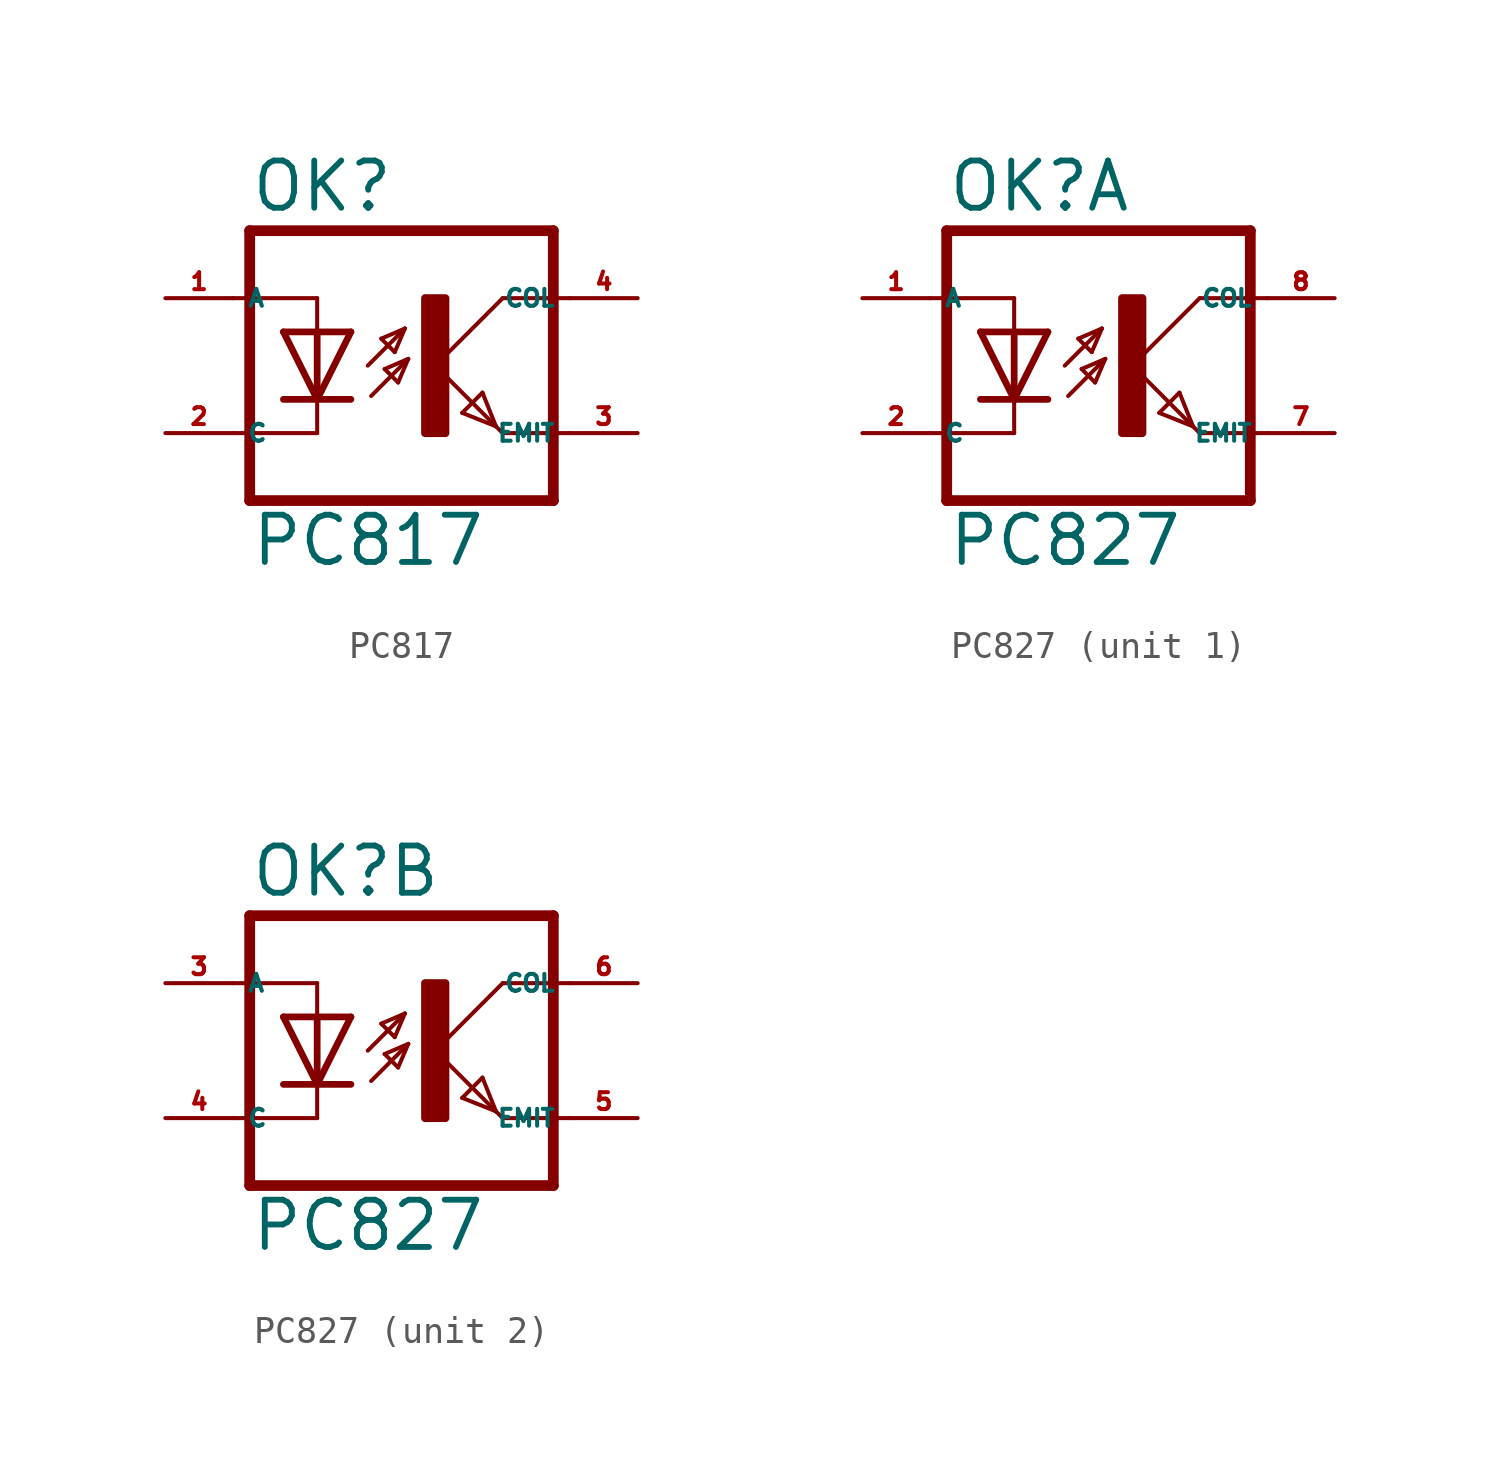
<source format=kicad_sym>
(kicad_symbol_lib
  (version 20220914)
  (generator kicad_symbol_editor)
  (symbol "PC817"
    (property "Reference" "OK"
      (at -6.985 5.715 0)
      (effects (font (size 1.778 1.778) (thickness 0.22)) (justify left bottom)))
    (property "Value" "PC817"
      (at -6.985 -7.62 0)
      (effects (font (size 1.778 1.778) (thickness 0.22)) (justify left bottom)))
    (symbol "PC817_1_1"
      (rectangle (start -0.381 -2.54) (end 0.381 2.54) (stroke (width 0.3) (type default)) (fill (type outline)))
      (polyline (pts (xy -6.985 -5.08) (xy 4.445 -5.08)) (stroke (width 0.406) (type default)) (fill (type none)))
      (polyline (pts (xy -6.985 5.08) (xy -6.985 -5.08)) (stroke (width 0.406) (type default)) (fill (type none)))
      (polyline (pts (xy -6.985 5.08) (xy 4.445 5.08)) (stroke (width 0.406) (type default)) (fill (type none)))
      (polyline (pts (xy -4.445 -2.54) (xy -7.62 -2.54)) (stroke (width 0.152) (type default)) (fill (type none)))
      (polyline (pts (xy -4.445 -1.27) (xy -5.715 -1.27)) (stroke (width 0.254) (type default)) (fill (type none)))
      (polyline (pts (xy -4.445 -1.27) (xy -5.715 1.27)) (stroke (width 0.254) (type default)) (fill (type none)))
      (polyline (pts (xy -4.445 -1.27) (xy -4.445 -2.54)) (stroke (width 0.152) (type default)) (fill (type none)))
      (polyline (pts (xy -4.445 1.27) (xy -5.715 1.27)) (stroke (width 0.254) (type default)) (fill (type none)))
      (polyline (pts (xy -4.445 1.27) (xy -4.445 -1.27)) (stroke (width 0.254) (type default)) (fill (type none)))
      (polyline (pts (xy -4.445 2.54) (xy -7.62 2.54)) (stroke (width 0.152) (type default)) (fill (type none)))
      (polyline (pts (xy -4.445 2.54) (xy -4.445 1.27)) (stroke (width 0.152) (type default)) (fill (type none)))
      (polyline (pts (xy -3.175 -1.27) (xy -4.445 -1.27)) (stroke (width 0.254) (type default)) (fill (type none)))
      (polyline (pts (xy -3.175 1.27) (xy -4.445 -1.27)) (stroke (width 0.254) (type default)) (fill (type none)))
      (polyline (pts (xy -3.175 1.27) (xy -4.445 1.27)) (stroke (width 0.254) (type default)) (fill (type none)))
      (polyline (pts (xy -2.54 0) (xy -1.143 1.397)) (stroke (width 0.152) (type default)) (fill (type none)))
      (polyline (pts (xy -2.413 -1.143) (xy -1.016 0.254)) (stroke (width 0.152) (type default)) (fill (type none)))
      (polyline (pts (xy -2.032 1.016) (xy -1.524 0.508)) (stroke (width 0.152) (type default)) (fill (type none)))
      (polyline (pts (xy -1.905 -0.127) (xy -1.397 -0.635)) (stroke (width 0.152) (type default)) (fill (type none)))
      (polyline (pts (xy -1.524 0.508) (xy -1.143 1.397)) (stroke (width 0.152) (type default)) (fill (type none)))
      (polyline (pts (xy -1.397 -0.635) (xy -1.016 0.254)) (stroke (width 0.152) (type default)) (fill (type none)))
      (polyline (pts (xy -1.143 1.397) (xy -2.032 1.016)) (stroke (width 0.152) (type default)) (fill (type none)))
      (polyline (pts (xy -1.016 0.254) (xy -1.905 -0.127)) (stroke (width 0.152) (type default)) (fill (type none)))
      (polyline (pts (xy 0 0) (xy 2.286 -2.286)) (stroke (width 0.152) (type default)) (fill (type none)))
      (polyline (pts (xy 1.016 -1.778) (xy 1.778 -1.016)) (stroke (width 0.152) (type default)) (fill (type none)))
      (polyline (pts (xy 1.778 -1.016) (xy 2.286 -2.286)) (stroke (width 0.152) (type default)) (fill (type none)))
      (polyline (pts (xy 2.286 -2.286) (xy 1.016 -1.778)) (stroke (width 0.152) (type default)) (fill (type none)))
      (polyline (pts (xy 2.286 -2.286) (xy 2.54 -2.54)) (stroke (width 0.152) (type default)) (fill (type none)))
      (polyline (pts (xy 2.54 -2.54) (xy 5.08 -2.54)) (stroke (width 0.152) (type default)) (fill (type none)))
      (polyline (pts (xy 2.54 2.54) (xy 0 0)) (stroke (width 0.152) (type default)) (fill (type none)))
      (polyline (pts (xy 2.54 2.54) (xy 5.08 2.54)) (stroke (width 0.152) (type default)) (fill (type none)))
      (polyline (pts (xy 4.445 5.08) (xy 4.445 -5.08)) (stroke (width 0.406) (type default)) (fill (type none)))
      (pin passive line (at -10.16 2.54 0) (length 2.54) (name "A" (effects (font (size 0.635 0.635)))) (number "1" (effects (font (size 0.635 0.635)))))
      (pin passive line (at -10.16 -2.54 0) (length 2.54) (name "C" (effects (font (size 0.635 0.635)))) (number "2" (effects (font (size 0.635 0.635)))))
      (pin passive line (at 7.62 -2.54 180) (length 2.54) (name "EMIT" (effects (font (size 0.635 0.635)))) (number "3" (effects (font (size 0.635 0.635)))))
      (pin passive line (at 7.62 2.54 180) (length 2.54) (name "COL" (effects (font (size 0.635 0.635)))) (number "4" (effects (font (size 0.635 0.635)))))))
  (symbol "PC827"
    (property "Reference" "OK"
      (at -6.985 5.715 0)
      (effects (font (size 1.778 1.778) (thickness 0.22)) (justify left bottom)))
    (property "Value" "PC827"
      (at -6.985 -7.62 0)
      (effects (font (size 1.778 1.778) (thickness 0.22)) (justify left bottom)))
    (symbol "PC827_1_0"
      (rectangle (start -0.381 -2.54) (end 0.381 2.54) (stroke (width 0.3) (type default)) (fill (type outline)))
      (polyline (pts (xy -6.985 -5.08) (xy 4.445 -5.08)) (stroke (width 0.406) (type default)) (fill (type none)))
      (polyline (pts (xy -6.985 5.08) (xy -6.985 -5.08)) (stroke (width 0.406) (type default)) (fill (type none)))
      (polyline (pts (xy -6.985 5.08) (xy 4.445 5.08)) (stroke (width 0.406) (type default)) (fill (type none)))
      (polyline (pts (xy -4.445 -2.54) (xy -7.62 -2.54)) (stroke (width 0.152) (type default)) (fill (type none)))
      (polyline (pts (xy -4.445 -1.27) (xy -5.715 -1.27)) (stroke (width 0.254) (type default)) (fill (type none)))
      (polyline (pts (xy -4.445 -1.27) (xy -5.715 1.27)) (stroke (width 0.254) (type default)) (fill (type none)))
      (polyline (pts (xy -4.445 -1.27) (xy -4.445 -2.54)) (stroke (width 0.152) (type default)) (fill (type none)))
      (polyline (pts (xy -4.445 1.27) (xy -5.715 1.27)) (stroke (width 0.254) (type default)) (fill (type none)))
      (polyline (pts (xy -4.445 1.27) (xy -4.445 -1.27)) (stroke (width 0.254) (type default)) (fill (type none)))
      (polyline (pts (xy -4.445 2.54) (xy -7.62 2.54)) (stroke (width 0.152) (type default)) (fill (type none)))
      (polyline (pts (xy -4.445 2.54) (xy -4.445 1.27)) (stroke (width 0.152) (type default)) (fill (type none)))
      (polyline (pts (xy -3.175 -1.27) (xy -4.445 -1.27)) (stroke (width 0.254) (type default)) (fill (type none)))
      (polyline (pts (xy -3.175 1.27) (xy -4.445 -1.27)) (stroke (width 0.254) (type default)) (fill (type none)))
      (polyline (pts (xy -3.175 1.27) (xy -4.445 1.27)) (stroke (width 0.254) (type default)) (fill (type none)))
      (polyline (pts (xy -2.54 0) (xy -1.143 1.397)) (stroke (width 0.152) (type default)) (fill (type none)))
      (polyline (pts (xy -2.413 -1.143) (xy -1.016 0.254)) (stroke (width 0.152) (type default)) (fill (type none)))
      (polyline (pts (xy -2.032 1.016) (xy -1.524 0.508)) (stroke (width 0.152) (type default)) (fill (type none)))
      (polyline (pts (xy -1.905 -0.127) (xy -1.397 -0.635)) (stroke (width 0.152) (type default)) (fill (type none)))
      (polyline (pts (xy -1.524 0.508) (xy -1.143 1.397)) (stroke (width 0.152) (type default)) (fill (type none)))
      (polyline (pts (xy -1.397 -0.635) (xy -1.016 0.254)) (stroke (width 0.152) (type default)) (fill (type none)))
      (polyline (pts (xy -1.143 1.397) (xy -2.032 1.016)) (stroke (width 0.152) (type default)) (fill (type none)))
      (polyline (pts (xy -1.016 0.254) (xy -1.905 -0.127)) (stroke (width 0.152) (type default)) (fill (type none)))
      (polyline (pts (xy 0 0) (xy 2.286 -2.286)) (stroke (width 0.152) (type default)) (fill (type none)))
      (polyline (pts (xy 1.016 -1.778) (xy 1.778 -1.016)) (stroke (width 0.152) (type default)) (fill (type none)))
      (polyline (pts (xy 1.778 -1.016) (xy 2.286 -2.286)) (stroke (width 0.152) (type default)) (fill (type none)))
      (polyline (pts (xy 2.286 -2.286) (xy 1.016 -1.778)) (stroke (width 0.152) (type default)) (fill (type none)))
      (polyline (pts (xy 2.286 -2.286) (xy 2.54 -2.54)) (stroke (width 0.152) (type default)) (fill (type none)))
      (polyline (pts (xy 2.54 -2.54) (xy 5.08 -2.54)) (stroke (width 0.152) (type default)) (fill (type none)))
      (polyline (pts (xy 2.54 2.54) (xy 0 0)) (stroke (width 0.152) (type default)) (fill (type none)))
      (polyline (pts (xy 2.54 2.54) (xy 5.08 2.54)) (stroke (width 0.152) (type default)) (fill (type none)))
      (polyline (pts (xy 4.445 5.08) (xy 4.445 -5.08)) (stroke (width 0.406) (type default)) (fill (type none)))
      (pin passive line (at -10.16 2.54 0) (length 2.54) (name "A" (effects (font (size 0.635 0.635)))) (number "1" (effects (font (size 0.635 0.635)))))
      (pin passive line (at -10.16 -2.54 0) (length 2.54) (name "C" (effects (font (size 0.635 0.635)))) (number "2" (effects (font (size 0.635 0.635)))))
      (pin passive line (at 7.62 -2.54 180) (length 2.54) (name "EMIT" (effects (font (size 0.635 0.635)))) (number "7" (effects (font (size 0.635 0.635)))))
      (pin passive line (at 7.62 2.54 180) (length 2.54) (name "COL" (effects (font (size 0.635 0.635)))) (number "8" (effects (font (size 0.635 0.635))))))
    (symbol "PC827_2_0"
      (rectangle (start -0.381 -2.54) (end 0.381 2.54) (stroke (width 0.3) (type default)) (fill (type outline)))
      (polyline (pts (xy -6.985 -5.08) (xy 4.445 -5.08)) (stroke (width 0.406) (type default)) (fill (type none)))
      (polyline (pts (xy -6.985 5.08) (xy -6.985 -5.08)) (stroke (width 0.406) (type default)) (fill (type none)))
      (polyline (pts (xy -6.985 5.08) (xy 4.445 5.08)) (stroke (width 0.406) (type default)) (fill (type none)))
      (polyline (pts (xy -4.445 -2.54) (xy -7.62 -2.54)) (stroke (width 0.152) (type default)) (fill (type none)))
      (polyline (pts (xy -4.445 -1.27) (xy -5.715 -1.27)) (stroke (width 0.254) (type default)) (fill (type none)))
      (polyline (pts (xy -4.445 -1.27) (xy -5.715 1.27)) (stroke (width 0.254) (type default)) (fill (type none)))
      (polyline (pts (xy -4.445 -1.27) (xy -4.445 -2.54)) (stroke (width 0.152) (type default)) (fill (type none)))
      (polyline (pts (xy -4.445 1.27) (xy -5.715 1.27)) (stroke (width 0.254) (type default)) (fill (type none)))
      (polyline (pts (xy -4.445 1.27) (xy -4.445 -1.27)) (stroke (width 0.254) (type default)) (fill (type none)))
      (polyline (pts (xy -4.445 2.54) (xy -7.62 2.54)) (stroke (width 0.152) (type default)) (fill (type none)))
      (polyline (pts (xy -4.445 2.54) (xy -4.445 1.27)) (stroke (width 0.152) (type default)) (fill (type none)))
      (polyline (pts (xy -3.175 -1.27) (xy -4.445 -1.27)) (stroke (width 0.254) (type default)) (fill (type none)))
      (polyline (pts (xy -3.175 1.27) (xy -4.445 -1.27)) (stroke (width 0.254) (type default)) (fill (type none)))
      (polyline (pts (xy -3.175 1.27) (xy -4.445 1.27)) (stroke (width 0.254) (type default)) (fill (type none)))
      (polyline (pts (xy -2.54 0) (xy -1.143 1.397)) (stroke (width 0.152) (type default)) (fill (type none)))
      (polyline (pts (xy -2.413 -1.143) (xy -1.016 0.254)) (stroke (width 0.152) (type default)) (fill (type none)))
      (polyline (pts (xy -2.032 1.016) (xy -1.524 0.508)) (stroke (width 0.152) (type default)) (fill (type none)))
      (polyline (pts (xy -1.905 -0.127) (xy -1.397 -0.635)) (stroke (width 0.152) (type default)) (fill (type none)))
      (polyline (pts (xy -1.524 0.508) (xy -1.143 1.397)) (stroke (width 0.152) (type default)) (fill (type none)))
      (polyline (pts (xy -1.397 -0.635) (xy -1.016 0.254)) (stroke (width 0.152) (type default)) (fill (type none)))
      (polyline (pts (xy -1.143 1.397) (xy -2.032 1.016)) (stroke (width 0.152) (type default)) (fill (type none)))
      (polyline (pts (xy -1.016 0.254) (xy -1.905 -0.127)) (stroke (width 0.152) (type default)) (fill (type none)))
      (polyline (pts (xy 0 0) (xy 2.286 -2.286)) (stroke (width 0.152) (type default)) (fill (type none)))
      (polyline (pts (xy 1.016 -1.778) (xy 1.778 -1.016)) (stroke (width 0.152) (type default)) (fill (type none)))
      (polyline (pts (xy 1.778 -1.016) (xy 2.286 -2.286)) (stroke (width 0.152) (type default)) (fill (type none)))
      (polyline (pts (xy 2.286 -2.286) (xy 1.016 -1.778)) (stroke (width 0.152) (type default)) (fill (type none)))
      (polyline (pts (xy 2.286 -2.286) (xy 2.54 -2.54)) (stroke (width 0.152) (type default)) (fill (type none)))
      (polyline (pts (xy 2.54 -2.54) (xy 5.08 -2.54)) (stroke (width 0.152) (type default)) (fill (type none)))
      (polyline (pts (xy 2.54 2.54) (xy 0 0)) (stroke (width 0.152) (type default)) (fill (type none)))
      (polyline (pts (xy 2.54 2.54) (xy 5.08 2.54)) (stroke (width 0.152) (type default)) (fill (type none)))
      (polyline (pts (xy 4.445 5.08) (xy 4.445 -5.08)) (stroke (width 0.406) (type default)) (fill (type none)))
      (pin passive line (at -10.16 2.54 0) (length 2.54) (name "A" (effects (font (size 0.635 0.635)))) (number "3" (effects (font (size 0.635 0.635)))))
      (pin passive line (at -10.16 -2.54 0) (length 2.54) (name "C" (effects (font (size 0.635 0.635)))) (number "4" (effects (font (size 0.635 0.635)))))
      (pin passive line (at 7.62 -2.54 180) (length 2.54) (name "EMIT" (effects (font (size 0.635 0.635)))) (number "5" (effects (font (size 0.635 0.635)))))
      (pin passive line (at 7.62 2.54 180) (length 2.54) (name "COL" (effects (font (size 0.635 0.635)))) (number "6" (effects (font (size 0.635 0.635))))))))
</source>
